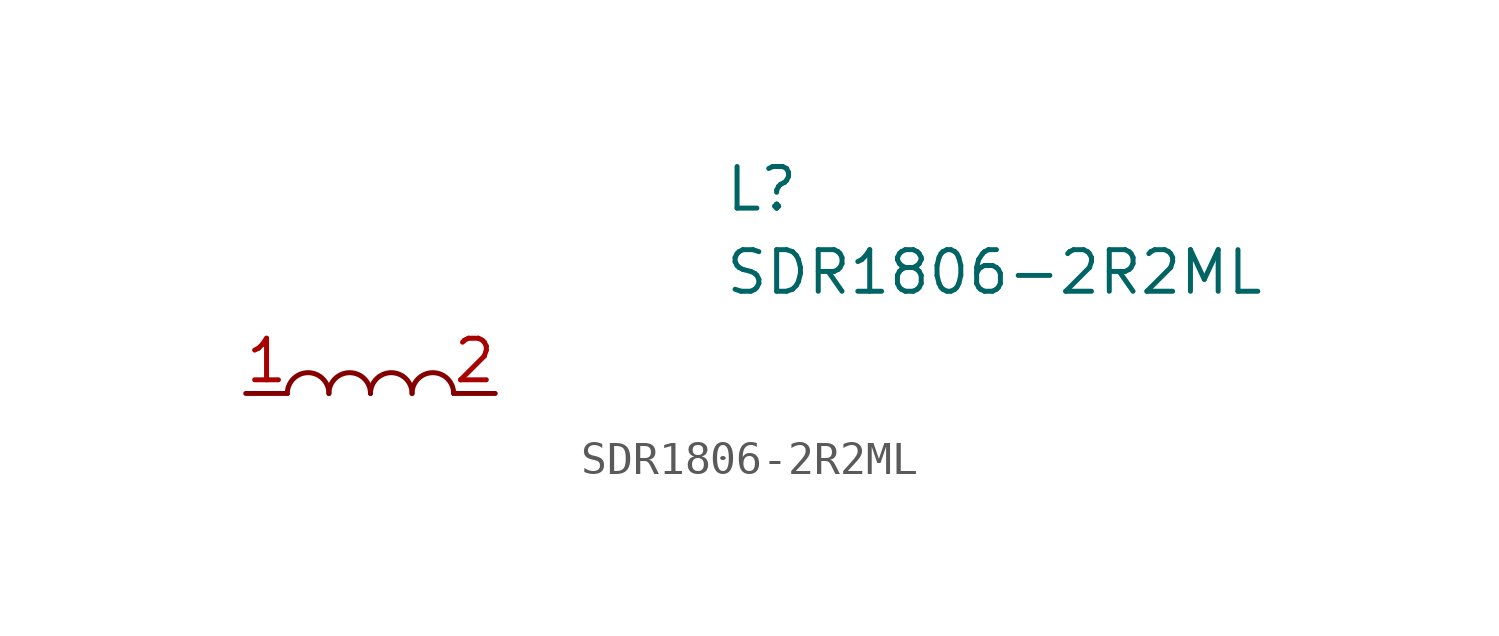
<source format=kicad_sym>
(kicad_symbol_lib
  (version 20241209)
  (generator "kicad_symbol_editor")
  (generator_version "9.0")
  (symbol "SDR1806-2R2ML"
    (pin_names
      (hide yes))
    (property "Reference" "L"
      (at 16.51 6.35 0)
      (effects (font (size 1.27 1.27)) (justify left top)))
    (property "Value" "SDR1806-2R2ML"
      (at 16.51 3.81 0)
      (effects (font (size 1.27 1.27)) (justify left top)))
    (symbol "SDR1806-2R2ML_0_1"
      (arc (start 3.175 -0.635) (mid 3.81 -0.0027) (end 4.445 -0.635) (stroke (width 0) (type default)) (fill (type none)))
      (arc (start 4.445 -0.635) (mid 5.08 -0.0027) (end 5.715 -0.635) (stroke (width 0) (type default)) (fill (type none)))
      (arc (start 5.715 -0.635) (mid 6.35 -0.0027) (end 6.985 -0.635) (stroke (width 0) (type default)) (fill (type none)))
      (arc (start 6.985 -0.635) (mid 7.62 -0.0027) (end 8.255 -0.635) (stroke (width 0) (type default)) (fill (type none))))
    (symbol "SDR1806-2R2ML_1_1"
      (pin passive line (at 1.905 -0.635 0) (length 1.27) (name "1" (effects (font (size 1.27 1.27)))) (number "1" (effects (font (size 1.27 1.27)))))
      (pin passive line (at 9.525 -0.635 180) (length 1.27) (name "2" (effects (font (size 1.27 1.27)))) (number "2" (effects (font (size 1.27 1.27))))))))
</source>
